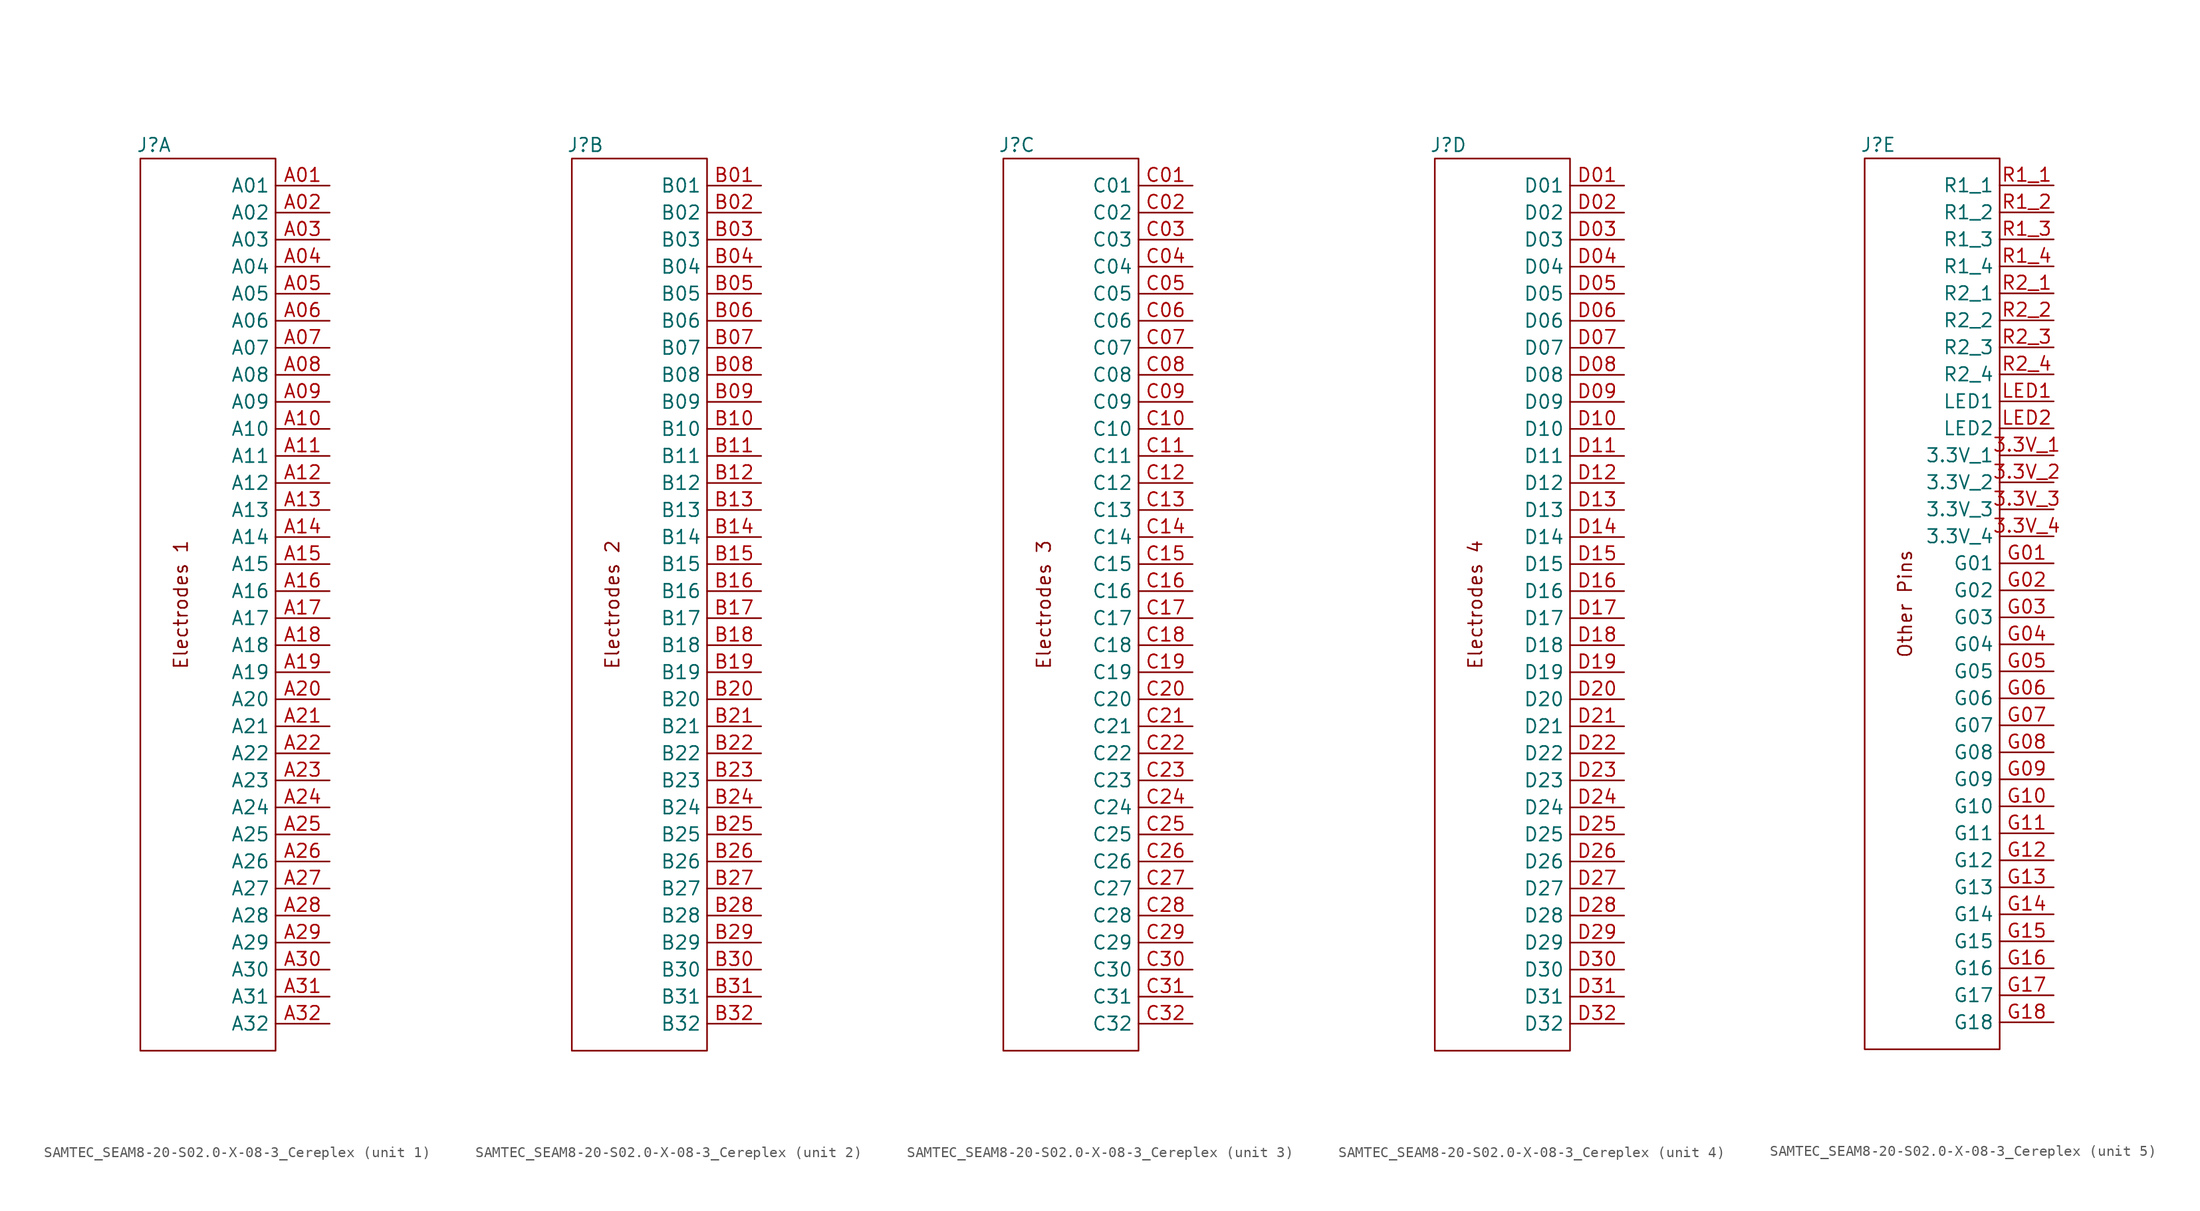
<source format=kicad_sym>
(kicad_symbol_lib
  (version 20231120)
  (generator "kicad_symbol_editor")
  (generator_version "8.0")
  (symbol "SAMTEC_SEAM8-20-S02.0-X-08-3_Cereplex"
    (property "Reference" "J"
      (at -5.08 43.18 0)
      (effects (font (size 1.27 1.27))))
    (property "ki_locked" ""
      (at 0 0 0)
      (effects (font (size 1.27 1.27))))
    (symbol "SAMTEC_SEAM8-20-S02.0-X-08-3_Cereplex_0_1"
      (rectangle (start -6.35 41.91) (end 6.35 -41.91) (stroke (width 0) (type default)) (fill (type none))))
    (symbol "SAMTEC_SEAM8-20-S02.0-X-08-3_Cereplex_1_1"
      (text "Electrodes 1" (at -2.54 0 900) (effects (font (size 1.27 1.27))))
      (pin passive line (at 11.43 39.37 180) (length 5.08) (name "A01" (effects (font (size 1.27 1.27)))) (number "A01" (effects (font (size 1.27 1.27)))))
      (pin passive line (at 11.43 36.83 180) (length 5.08) (name "A02" (effects (font (size 1.27 1.27)))) (number "A02" (effects (font (size 1.27 1.27)))))
      (pin passive line (at 11.43 34.29 180) (length 5.08) (name "A03" (effects (font (size 1.27 1.27)))) (number "A03" (effects (font (size 1.27 1.27)))))
      (pin passive line (at 11.43 31.75 180) (length 5.08) (name "A04" (effects (font (size 1.27 1.27)))) (number "A04" (effects (font (size 1.27 1.27)))))
      (pin passive line (at 11.43 29.21 180) (length 5.08) (name "A05" (effects (font (size 1.27 1.27)))) (number "A05" (effects (font (size 1.27 1.27)))))
      (pin passive line (at 11.43 26.67 180) (length 5.08) (name "A06" (effects (font (size 1.27 1.27)))) (number "A06" (effects (font (size 1.27 1.27)))))
      (pin passive line (at 11.43 24.13 180) (length 5.08) (name "A07" (effects (font (size 1.27 1.27)))) (number "A07" (effects (font (size 1.27 1.27)))))
      (pin passive line (at 11.43 21.59 180) (length 5.08) (name "A08" (effects (font (size 1.27 1.27)))) (number "A08" (effects (font (size 1.27 1.27)))))
      (pin passive line (at 11.43 19.05 180) (length 5.08) (name "A09" (effects (font (size 1.27 1.27)))) (number "A09" (effects (font (size 1.27 1.27)))))
      (pin passive line (at 11.43 16.51 180) (length 5.08) (name "A10" (effects (font (size 1.27 1.27)))) (number "A10" (effects (font (size 1.27 1.27)))))
      (pin passive line (at 11.43 13.97 180) (length 5.08) (name "A11" (effects (font (size 1.27 1.27)))) (number "A11" (effects (font (size 1.27 1.27)))))
      (pin passive line (at 11.43 11.43 180) (length 5.08) (name "A12" (effects (font (size 1.27 1.27)))) (number "A12" (effects (font (size 1.27 1.27)))))
      (pin passive line (at 11.43 8.89 180) (length 5.08) (name "A13" (effects (font (size 1.27 1.27)))) (number "A13" (effects (font (size 1.27 1.27)))))
      (pin passive line (at 11.43 6.35 180) (length 5.08) (name "A14" (effects (font (size 1.27 1.27)))) (number "A14" (effects (font (size 1.27 1.27)))))
      (pin passive line (at 11.43 3.81 180) (length 5.08) (name "A15" (effects (font (size 1.27 1.27)))) (number "A15" (effects (font (size 1.27 1.27)))))
      (pin passive line (at 11.43 1.27 180) (length 5.08) (name "A16" (effects (font (size 1.27 1.27)))) (number "A16" (effects (font (size 1.27 1.27)))))
      (pin passive line (at 11.43 -1.27 180) (length 5.08) (name "A17" (effects (font (size 1.27 1.27)))) (number "A17" (effects (font (size 1.27 1.27)))))
      (pin passive line (at 11.43 -3.81 180) (length 5.08) (name "A18" (effects (font (size 1.27 1.27)))) (number "A18" (effects (font (size 1.27 1.27)))))
      (pin passive line (at 11.43 -6.35 180) (length 5.08) (name "A19" (effects (font (size 1.27 1.27)))) (number "A19" (effects (font (size 1.27 1.27)))))
      (pin passive line (at 11.43 -8.89 180) (length 5.08) (name "A20" (effects (font (size 1.27 1.27)))) (number "A20" (effects (font (size 1.27 1.27)))))
      (pin passive line (at 11.43 -11.43 180) (length 5.08) (name "A21" (effects (font (size 1.27 1.27)))) (number "A21" (effects (font (size 1.27 1.27)))))
      (pin passive line (at 11.43 -13.97 180) (length 5.08) (name "A22" (effects (font (size 1.27 1.27)))) (number "A22" (effects (font (size 1.27 1.27)))))
      (pin passive line (at 11.43 -16.51 180) (length 5.08) (name "A23" (effects (font (size 1.27 1.27)))) (number "A23" (effects (font (size 1.27 1.27)))))
      (pin passive line (at 11.43 -19.05 180) (length 5.08) (name "A24" (effects (font (size 1.27 1.27)))) (number "A24" (effects (font (size 1.27 1.27)))))
      (pin passive line (at 11.43 -21.59 180) (length 5.08) (name "A25" (effects (font (size 1.27 1.27)))) (number "A25" (effects (font (size 1.27 1.27)))))
      (pin passive line (at 11.43 -24.13 180) (length 5.08) (name "A26" (effects (font (size 1.27 1.27)))) (number "A26" (effects (font (size 1.27 1.27)))))
      (pin passive line (at 11.43 -26.67 180) (length 5.08) (name "A27" (effects (font (size 1.27 1.27)))) (number "A27" (effects (font (size 1.27 1.27)))))
      (pin passive line (at 11.43 -29.21 180) (length 5.08) (name "A28" (effects (font (size 1.27 1.27)))) (number "A28" (effects (font (size 1.27 1.27)))))
      (pin passive line (at 11.43 -31.75 180) (length 5.08) (name "A29" (effects (font (size 1.27 1.27)))) (number "A29" (effects (font (size 1.27 1.27)))))
      (pin passive line (at 11.43 -34.29 180) (length 5.08) (name "A30" (effects (font (size 1.27 1.27)))) (number "A30" (effects (font (size 1.27 1.27)))))
      (pin passive line (at 11.43 -36.83 180) (length 5.08) (name "A31" (effects (font (size 1.27 1.27)))) (number "A31" (effects (font (size 1.27 1.27)))))
      (pin passive line (at 11.43 -39.37 180) (length 5.08) (name "A32" (effects (font (size 1.27 1.27)))) (number "A32" (effects (font (size 1.27 1.27))))))
    (symbol "SAMTEC_SEAM8-20-S02.0-X-08-3_Cereplex_2_1"
      (text "Electrodes 2" (at -2.54 0 900) (effects (font (size 1.27 1.27))))
      (pin passive line (at 11.43 39.37 180) (length 5.08) (name "B01" (effects (font (size 1.27 1.27)))) (number "B01" (effects (font (size 1.27 1.27)))))
      (pin passive line (at 11.43 36.83 180) (length 5.08) (name "B02" (effects (font (size 1.27 1.27)))) (number "B02" (effects (font (size 1.27 1.27)))))
      (pin passive line (at 11.43 34.29 180) (length 5.08) (name "B03" (effects (font (size 1.27 1.27)))) (number "B03" (effects (font (size 1.27 1.27)))))
      (pin passive line (at 11.43 31.75 180) (length 5.08) (name "B04" (effects (font (size 1.27 1.27)))) (number "B04" (effects (font (size 1.27 1.27)))))
      (pin passive line (at 11.43 29.21 180) (length 5.08) (name "B05" (effects (font (size 1.27 1.27)))) (number "B05" (effects (font (size 1.27 1.27)))))
      (pin passive line (at 11.43 26.67 180) (length 5.08) (name "B06" (effects (font (size 1.27 1.27)))) (number "B06" (effects (font (size 1.27 1.27)))))
      (pin passive line (at 11.43 24.13 180) (length 5.08) (name "B07" (effects (font (size 1.27 1.27)))) (number "B07" (effects (font (size 1.27 1.27)))))
      (pin passive line (at 11.43 21.59 180) (length 5.08) (name "B08" (effects (font (size 1.27 1.27)))) (number "B08" (effects (font (size 1.27 1.27)))))
      (pin passive line (at 11.43 19.05 180) (length 5.08) (name "B09" (effects (font (size 1.27 1.27)))) (number "B09" (effects (font (size 1.27 1.27)))))
      (pin passive line (at 11.43 16.51 180) (length 5.08) (name "B10" (effects (font (size 1.27 1.27)))) (number "B10" (effects (font (size 1.27 1.27)))))
      (pin passive line (at 11.43 13.97 180) (length 5.08) (name "B11" (effects (font (size 1.27 1.27)))) (number "B11" (effects (font (size 1.27 1.27)))))
      (pin passive line (at 11.43 11.43 180) (length 5.08) (name "B12" (effects (font (size 1.27 1.27)))) (number "B12" (effects (font (size 1.27 1.27)))))
      (pin passive line (at 11.43 8.89 180) (length 5.08) (name "B13" (effects (font (size 1.27 1.27)))) (number "B13" (effects (font (size 1.27 1.27)))))
      (pin passive line (at 11.43 6.35 180) (length 5.08) (name "B14" (effects (font (size 1.27 1.27)))) (number "B14" (effects (font (size 1.27 1.27)))))
      (pin passive line (at 11.43 3.81 180) (length 5.08) (name "B15" (effects (font (size 1.27 1.27)))) (number "B15" (effects (font (size 1.27 1.27)))))
      (pin passive line (at 11.43 1.27 180) (length 5.08) (name "B16" (effects (font (size 1.27 1.27)))) (number "B16" (effects (font (size 1.27 1.27)))))
      (pin passive line (at 11.43 -1.27 180) (length 5.08) (name "B17" (effects (font (size 1.27 1.27)))) (number "B17" (effects (font (size 1.27 1.27)))))
      (pin passive line (at 11.43 -3.81 180) (length 5.08) (name "B18" (effects (font (size 1.27 1.27)))) (number "B18" (effects (font (size 1.27 1.27)))))
      (pin passive line (at 11.43 -6.35 180) (length 5.08) (name "B19" (effects (font (size 1.27 1.27)))) (number "B19" (effects (font (size 1.27 1.27)))))
      (pin passive line (at 11.43 -8.89 180) (length 5.08) (name "B20" (effects (font (size 1.27 1.27)))) (number "B20" (effects (font (size 1.27 1.27)))))
      (pin passive line (at 11.43 -11.43 180) (length 5.08) (name "B21" (effects (font (size 1.27 1.27)))) (number "B21" (effects (font (size 1.27 1.27)))))
      (pin passive line (at 11.43 -13.97 180) (length 5.08) (name "B22" (effects (font (size 1.27 1.27)))) (number "B22" (effects (font (size 1.27 1.27)))))
      (pin passive line (at 11.43 -16.51 180) (length 5.08) (name "B23" (effects (font (size 1.27 1.27)))) (number "B23" (effects (font (size 1.27 1.27)))))
      (pin passive line (at 11.43 -19.05 180) (length 5.08) (name "B24" (effects (font (size 1.27 1.27)))) (number "B24" (effects (font (size 1.27 1.27)))))
      (pin passive line (at 11.43 -21.59 180) (length 5.08) (name "B25" (effects (font (size 1.27 1.27)))) (number "B25" (effects (font (size 1.27 1.27)))))
      (pin passive line (at 11.43 -24.13 180) (length 5.08) (name "B26" (effects (font (size 1.27 1.27)))) (number "B26" (effects (font (size 1.27 1.27)))))
      (pin passive line (at 11.43 -26.67 180) (length 5.08) (name "B27" (effects (font (size 1.27 1.27)))) (number "B27" (effects (font (size 1.27 1.27)))))
      (pin passive line (at 11.43 -29.21 180) (length 5.08) (name "B28" (effects (font (size 1.27 1.27)))) (number "B28" (effects (font (size 1.27 1.27)))))
      (pin passive line (at 11.43 -31.75 180) (length 5.08) (name "B29" (effects (font (size 1.27 1.27)))) (number "B29" (effects (font (size 1.27 1.27)))))
      (pin passive line (at 11.43 -34.29 180) (length 5.08) (name "B30" (effects (font (size 1.27 1.27)))) (number "B30" (effects (font (size 1.27 1.27)))))
      (pin passive line (at 11.43 -36.83 180) (length 5.08) (name "B31" (effects (font (size 1.27 1.27)))) (number "B31" (effects (font (size 1.27 1.27)))))
      (pin passive line (at 11.43 -39.37 180) (length 5.08) (name "B32" (effects (font (size 1.27 1.27)))) (number "B32" (effects (font (size 1.27 1.27))))))
    (symbol "SAMTEC_SEAM8-20-S02.0-X-08-3_Cereplex_3_1"
      (text "Electrodes 3" (at -2.54 0 900) (effects (font (size 1.27 1.27))))
      (pin passive line (at 11.43 39.37 180) (length 5.08) (name "C01" (effects (font (size 1.27 1.27)))) (number "C01" (effects (font (size 1.27 1.27)))))
      (pin passive line (at 11.43 36.83 180) (length 5.08) (name "C02" (effects (font (size 1.27 1.27)))) (number "C02" (effects (font (size 1.27 1.27)))))
      (pin passive line (at 11.43 34.29 180) (length 5.08) (name "C03" (effects (font (size 1.27 1.27)))) (number "C03" (effects (font (size 1.27 1.27)))))
      (pin passive line (at 11.43 31.75 180) (length 5.08) (name "C04" (effects (font (size 1.27 1.27)))) (number "C04" (effects (font (size 1.27 1.27)))))
      (pin passive line (at 11.43 29.21 180) (length 5.08) (name "C05" (effects (font (size 1.27 1.27)))) (number "C05" (effects (font (size 1.27 1.27)))))
      (pin passive line (at 11.43 26.67 180) (length 5.08) (name "C06" (effects (font (size 1.27 1.27)))) (number "C06" (effects (font (size 1.27 1.27)))))
      (pin passive line (at 11.43 24.13 180) (length 5.08) (name "C07" (effects (font (size 1.27 1.27)))) (number "C07" (effects (font (size 1.27 1.27)))))
      (pin passive line (at 11.43 21.59 180) (length 5.08) (name "C08" (effects (font (size 1.27 1.27)))) (number "C08" (effects (font (size 1.27 1.27)))))
      (pin passive line (at 11.43 19.05 180) (length 5.08) (name "C09" (effects (font (size 1.27 1.27)))) (number "C09" (effects (font (size 1.27 1.27)))))
      (pin passive line (at 11.43 16.51 180) (length 5.08) (name "C10" (effects (font (size 1.27 1.27)))) (number "C10" (effects (font (size 1.27 1.27)))))
      (pin passive line (at 11.43 13.97 180) (length 5.08) (name "C11" (effects (font (size 1.27 1.27)))) (number "C11" (effects (font (size 1.27 1.27)))))
      (pin passive line (at 11.43 11.43 180) (length 5.08) (name "C12" (effects (font (size 1.27 1.27)))) (number "C12" (effects (font (size 1.27 1.27)))))
      (pin passive line (at 11.43 8.89 180) (length 5.08) (name "C13" (effects (font (size 1.27 1.27)))) (number "C13" (effects (font (size 1.27 1.27)))))
      (pin passive line (at 11.43 6.35 180) (length 5.08) (name "C14" (effects (font (size 1.27 1.27)))) (number "C14" (effects (font (size 1.27 1.27)))))
      (pin passive line (at 11.43 3.81 180) (length 5.08) (name "C15" (effects (font (size 1.27 1.27)))) (number "C15" (effects (font (size 1.27 1.27)))))
      (pin passive line (at 11.43 1.27 180) (length 5.08) (name "C16" (effects (font (size 1.27 1.27)))) (number "C16" (effects (font (size 1.27 1.27)))))
      (pin passive line (at 11.43 -1.27 180) (length 5.08) (name "C17" (effects (font (size 1.27 1.27)))) (number "C17" (effects (font (size 1.27 1.27)))))
      (pin passive line (at 11.43 -3.81 180) (length 5.08) (name "C18" (effects (font (size 1.27 1.27)))) (number "C18" (effects (font (size 1.27 1.27)))))
      (pin passive line (at 11.43 -6.35 180) (length 5.08) (name "C19" (effects (font (size 1.27 1.27)))) (number "C19" (effects (font (size 1.27 1.27)))))
      (pin passive line (at 11.43 -8.89 180) (length 5.08) (name "C20" (effects (font (size 1.27 1.27)))) (number "C20" (effects (font (size 1.27 1.27)))))
      (pin passive line (at 11.43 -11.43 180) (length 5.08) (name "C21" (effects (font (size 1.27 1.27)))) (number "C21" (effects (font (size 1.27 1.27)))))
      (pin passive line (at 11.43 -13.97 180) (length 5.08) (name "C22" (effects (font (size 1.27 1.27)))) (number "C22" (effects (font (size 1.27 1.27)))))
      (pin passive line (at 11.43 -16.51 180) (length 5.08) (name "C23" (effects (font (size 1.27 1.27)))) (number "C23" (effects (font (size 1.27 1.27)))))
      (pin passive line (at 11.43 -19.05 180) (length 5.08) (name "C24" (effects (font (size 1.27 1.27)))) (number "C24" (effects (font (size 1.27 1.27)))))
      (pin passive line (at 11.43 -21.59 180) (length 5.08) (name "C25" (effects (font (size 1.27 1.27)))) (number "C25" (effects (font (size 1.27 1.27)))))
      (pin passive line (at 11.43 -24.13 180) (length 5.08) (name "C26" (effects (font (size 1.27 1.27)))) (number "C26" (effects (font (size 1.27 1.27)))))
      (pin passive line (at 11.43 -26.67 180) (length 5.08) (name "C27" (effects (font (size 1.27 1.27)))) (number "C27" (effects (font (size 1.27 1.27)))))
      (pin passive line (at 11.43 -29.21 180) (length 5.08) (name "C28" (effects (font (size 1.27 1.27)))) (number "C28" (effects (font (size 1.27 1.27)))))
      (pin passive line (at 11.43 -31.75 180) (length 5.08) (name "C29" (effects (font (size 1.27 1.27)))) (number "C29" (effects (font (size 1.27 1.27)))))
      (pin passive line (at 11.43 -34.29 180) (length 5.08) (name "C30" (effects (font (size 1.27 1.27)))) (number "C30" (effects (font (size 1.27 1.27)))))
      (pin passive line (at 11.43 -36.83 180) (length 5.08) (name "C31" (effects (font (size 1.27 1.27)))) (number "C31" (effects (font (size 1.27 1.27)))))
      (pin passive line (at 11.43 -39.37 180) (length 5.08) (name "C32" (effects (font (size 1.27 1.27)))) (number "C32" (effects (font (size 1.27 1.27))))))
    (symbol "SAMTEC_SEAM8-20-S02.0-X-08-3_Cereplex_4_1"
      (text "Electrodes 4" (at -2.54 0 900) (effects (font (size 1.27 1.27))))
      (pin passive line (at 11.43 39.37 180) (length 5.08) (name "D01" (effects (font (size 1.27 1.27)))) (number "D01" (effects (font (size 1.27 1.27)))))
      (pin passive line (at 11.43 36.83 180) (length 5.08) (name "D02" (effects (font (size 1.27 1.27)))) (number "D02" (effects (font (size 1.27 1.27)))))
      (pin passive line (at 11.43 34.29 180) (length 5.08) (name "D03" (effects (font (size 1.27 1.27)))) (number "D03" (effects (font (size 1.27 1.27)))))
      (pin passive line (at 11.43 31.75 180) (length 5.08) (name "D04" (effects (font (size 1.27 1.27)))) (number "D04" (effects (font (size 1.27 1.27)))))
      (pin passive line (at 11.43 29.21 180) (length 5.08) (name "D05" (effects (font (size 1.27 1.27)))) (number "D05" (effects (font (size 1.27 1.27)))))
      (pin passive line (at 11.43 26.67 180) (length 5.08) (name "D06" (effects (font (size 1.27 1.27)))) (number "D06" (effects (font (size 1.27 1.27)))))
      (pin passive line (at 11.43 24.13 180) (length 5.08) (name "D07" (effects (font (size 1.27 1.27)))) (number "D07" (effects (font (size 1.27 1.27)))))
      (pin passive line (at 11.43 21.59 180) (length 5.08) (name "D08" (effects (font (size 1.27 1.27)))) (number "D08" (effects (font (size 1.27 1.27)))))
      (pin passive line (at 11.43 19.05 180) (length 5.08) (name "D09" (effects (font (size 1.27 1.27)))) (number "D09" (effects (font (size 1.27 1.27)))))
      (pin passive line (at 11.43 16.51 180) (length 5.08) (name "D10" (effects (font (size 1.27 1.27)))) (number "D10" (effects (font (size 1.27 1.27)))))
      (pin passive line (at 11.43 13.97 180) (length 5.08) (name "D11" (effects (font (size 1.27 1.27)))) (number "D11" (effects (font (size 1.27 1.27)))))
      (pin passive line (at 11.43 11.43 180) (length 5.08) (name "D12" (effects (font (size 1.27 1.27)))) (number "D12" (effects (font (size 1.27 1.27)))))
      (pin passive line (at 11.43 8.89 180) (length 5.08) (name "D13" (effects (font (size 1.27 1.27)))) (number "D13" (effects (font (size 1.27 1.27)))))
      (pin passive line (at 11.43 6.35 180) (length 5.08) (name "D14" (effects (font (size 1.27 1.27)))) (number "D14" (effects (font (size 1.27 1.27)))))
      (pin passive line (at 11.43 3.81 180) (length 5.08) (name "D15" (effects (font (size 1.27 1.27)))) (number "D15" (effects (font (size 1.27 1.27)))))
      (pin passive line (at 11.43 1.27 180) (length 5.08) (name "D16" (effects (font (size 1.27 1.27)))) (number "D16" (effects (font (size 1.27 1.27)))))
      (pin passive line (at 11.43 -1.27 180) (length 5.08) (name "D17" (effects (font (size 1.27 1.27)))) (number "D17" (effects (font (size 1.27 1.27)))))
      (pin passive line (at 11.43 -3.81 180) (length 5.08) (name "D18" (effects (font (size 1.27 1.27)))) (number "D18" (effects (font (size 1.27 1.27)))))
      (pin passive line (at 11.43 -6.35 180) (length 5.08) (name "D19" (effects (font (size 1.27 1.27)))) (number "D19" (effects (font (size 1.27 1.27)))))
      (pin passive line (at 11.43 -8.89 180) (length 5.08) (name "D20" (effects (font (size 1.27 1.27)))) (number "D20" (effects (font (size 1.27 1.27)))))
      (pin passive line (at 11.43 -11.43 180) (length 5.08) (name "D21" (effects (font (size 1.27 1.27)))) (number "D21" (effects (font (size 1.27 1.27)))))
      (pin passive line (at 11.43 -13.97 180) (length 5.08) (name "D22" (effects (font (size 1.27 1.27)))) (number "D22" (effects (font (size 1.27 1.27)))))
      (pin passive line (at 11.43 -16.51 180) (length 5.08) (name "D23" (effects (font (size 1.27 1.27)))) (number "D23" (effects (font (size 1.27 1.27)))))
      (pin passive line (at 11.43 -19.05 180) (length 5.08) (name "D24" (effects (font (size 1.27 1.27)))) (number "D24" (effects (font (size 1.27 1.27)))))
      (pin passive line (at 11.43 -21.59 180) (length 5.08) (name "D25" (effects (font (size 1.27 1.27)))) (number "D25" (effects (font (size 1.27 1.27)))))
      (pin passive line (at 11.43 -24.13 180) (length 5.08) (name "D26" (effects (font (size 1.27 1.27)))) (number "D26" (effects (font (size 1.27 1.27)))))
      (pin passive line (at 11.43 -26.67 180) (length 5.08) (name "D27" (effects (font (size 1.27 1.27)))) (number "D27" (effects (font (size 1.27 1.27)))))
      (pin passive line (at 11.43 -29.21 180) (length 5.08) (name "D28" (effects (font (size 1.27 1.27)))) (number "D28" (effects (font (size 1.27 1.27)))))
      (pin passive line (at 11.43 -31.75 180) (length 5.08) (name "D29" (effects (font (size 1.27 1.27)))) (number "D29" (effects (font (size 1.27 1.27)))))
      (pin passive line (at 11.43 -34.29 180) (length 5.08) (name "D30" (effects (font (size 1.27 1.27)))) (number "D30" (effects (font (size 1.27 1.27)))))
      (pin passive line (at 11.43 -36.83 180) (length 5.08) (name "D31" (effects (font (size 1.27 1.27)))) (number "D31" (effects (font (size 1.27 1.27)))))
      (pin passive line (at 11.43 -39.37 180) (length 5.08) (name "D32" (effects (font (size 1.27 1.27)))) (number "D32" (effects (font (size 1.27 1.27))))))
    (symbol "SAMTEC_SEAM8-20-S02.0-X-08-3_Cereplex_5_1"
      (text "Other Pins" (at -2.54 0 900) (effects (font (size 1.27 1.27))))
      (pin passive line (at 11.43 13.97 180) (length 5.08) (name "3.3V_1" (effects (font (size 1.27 1.27)))) (number "3.3V_1" (effects (font (size 1.27 1.27)))))
      (pin passive line (at 11.43 11.43 180) (length 5.08) (name "3.3V_2" (effects (font (size 1.27 1.27)))) (number "3.3V_2" (effects (font (size 1.27 1.27)))))
      (pin passive line (at 11.43 8.89 180) (length 5.08) (name "3.3V_3" (effects (font (size 1.27 1.27)))) (number "3.3V_3" (effects (font (size 1.27 1.27)))))
      (pin passive line (at 11.43 6.35 180) (length 5.08) (name "3.3V_4" (effects (font (size 1.27 1.27)))) (number "3.3V_4" (effects (font (size 1.27 1.27)))))
      (pin passive line (at 11.43 3.81 180) (length 5.08) (name "G01" (effects (font (size 1.27 1.27)))) (number "G01" (effects (font (size 1.27 1.27)))))
      (pin passive line (at 11.43 1.27 180) (length 5.08) (name "G02" (effects (font (size 1.27 1.27)))) (number "G02" (effects (font (size 1.27 1.27)))))
      (pin passive line (at 11.43 -1.27 180) (length 5.08) (name "G03" (effects (font (size 1.27 1.27)))) (number "G03" (effects (font (size 1.27 1.27)))))
      (pin passive line (at 11.43 -3.81 180) (length 5.08) (name "G04" (effects (font (size 1.27 1.27)))) (number "G04" (effects (font (size 1.27 1.27)))))
      (pin passive line (at 11.43 -6.35 180) (length 5.08) (name "G05" (effects (font (size 1.27 1.27)))) (number "G05" (effects (font (size 1.27 1.27)))))
      (pin passive line (at 11.43 -8.89 180) (length 5.08) (name "G06" (effects (font (size 1.27 1.27)))) (number "G06" (effects (font (size 1.27 1.27)))))
      (pin passive line (at 11.43 -11.43 180) (length 5.08) (name "G07" (effects (font (size 1.27 1.27)))) (number "G07" (effects (font (size 1.27 1.27)))))
      (pin passive line (at 11.43 -13.97 180) (length 5.08) (name "G08" (effects (font (size 1.27 1.27)))) (number "G08" (effects (font (size 1.27 1.27)))))
      (pin passive line (at 11.43 -16.51 180) (length 5.08) (name "G09" (effects (font (size 1.27 1.27)))) (number "G09" (effects (font (size 1.27 1.27)))))
      (pin passive line (at 11.43 -19.05 180) (length 5.08) (name "G10" (effects (font (size 1.27 1.27)))) (number "G10" (effects (font (size 1.27 1.27)))))
      (pin passive line (at 11.43 -21.59 180) (length 5.08) (name "G11" (effects (font (size 1.27 1.27)))) (number "G11" (effects (font (size 1.27 1.27)))))
      (pin passive line (at 11.43 -24.13 180) (length 5.08) (name "G12" (effects (font (size 1.27 1.27)))) (number "G12" (effects (font (size 1.27 1.27)))))
      (pin passive line (at 11.43 -26.67 180) (length 5.08) (name "G13" (effects (font (size 1.27 1.27)))) (number "G13" (effects (font (size 1.27 1.27)))))
      (pin passive line (at 11.43 -29.21 180) (length 5.08) (name "G14" (effects (font (size 1.27 1.27)))) (number "G14" (effects (font (size 1.27 1.27)))))
      (pin passive line (at 11.43 -31.75 180) (length 5.08) (name "G15" (effects (font (size 1.27 1.27)))) (number "G15" (effects (font (size 1.27 1.27)))))
      (pin passive line (at 11.43 -34.29 180) (length 5.08) (name "G16" (effects (font (size 1.27 1.27)))) (number "G16" (effects (font (size 1.27 1.27)))))
      (pin passive line (at 11.43 -36.83 180) (length 5.08) (name "G17" (effects (font (size 1.27 1.27)))) (number "G17" (effects (font (size 1.27 1.27)))))
      (pin passive line (at 11.43 -39.37 180) (length 5.08) (name "G18" (effects (font (size 1.27 1.27)))) (number "G18" (effects (font (size 1.27 1.27)))))
      (pin passive line (at 11.43 19.05 180) (length 5.08) (name "LED1" (effects (font (size 1.27 1.27)))) (number "LED1" (effects (font (size 1.27 1.27)))))
      (pin passive line (at 11.43 16.51 180) (length 5.08) (name "LED2" (effects (font (size 1.27 1.27)))) (number "LED2" (effects (font (size 1.27 1.27)))))
      (pin passive line (at 11.43 39.37 180) (length 5.08) (name "R1_1" (effects (font (size 1.27 1.27)))) (number "R1_1" (effects (font (size 1.27 1.27)))))
      (pin passive line (at 11.43 36.83 180) (length 5.08) (name "R1_2" (effects (font (size 1.27 1.27)))) (number "R1_2" (effects (font (size 1.27 1.27)))))
      (pin passive line (at 11.43 34.29 180) (length 5.08) (name "R1_3" (effects (font (size 1.27 1.27)))) (number "R1_3" (effects (font (size 1.27 1.27)))))
      (pin passive line (at 11.43 31.75 180) (length 5.08) (name "R1_4" (effects (font (size 1.27 1.27)))) (number "R1_4" (effects (font (size 1.27 1.27)))))
      (pin passive line (at 11.43 29.21 180) (length 5.08) (name "R2_1" (effects (font (size 1.27 1.27)))) (number "R2_1" (effects (font (size 1.27 1.27)))))
      (pin passive line (at 11.43 26.67 180) (length 5.08) (name "R2_2" (effects (font (size 1.27 1.27)))) (number "R2_2" (effects (font (size 1.27 1.27)))))
      (pin passive line (at 11.43 24.13 180) (length 5.08) (name "R2_3" (effects (font (size 1.27 1.27)))) (number "R2_3" (effects (font (size 1.27 1.27)))))
      (pin passive line (at 11.43 21.59 180) (length 5.08) (name "R2_4" (effects (font (size 1.27 1.27)))) (number "R2_4" (effects (font (size 1.27 1.27))))))))
</source>
